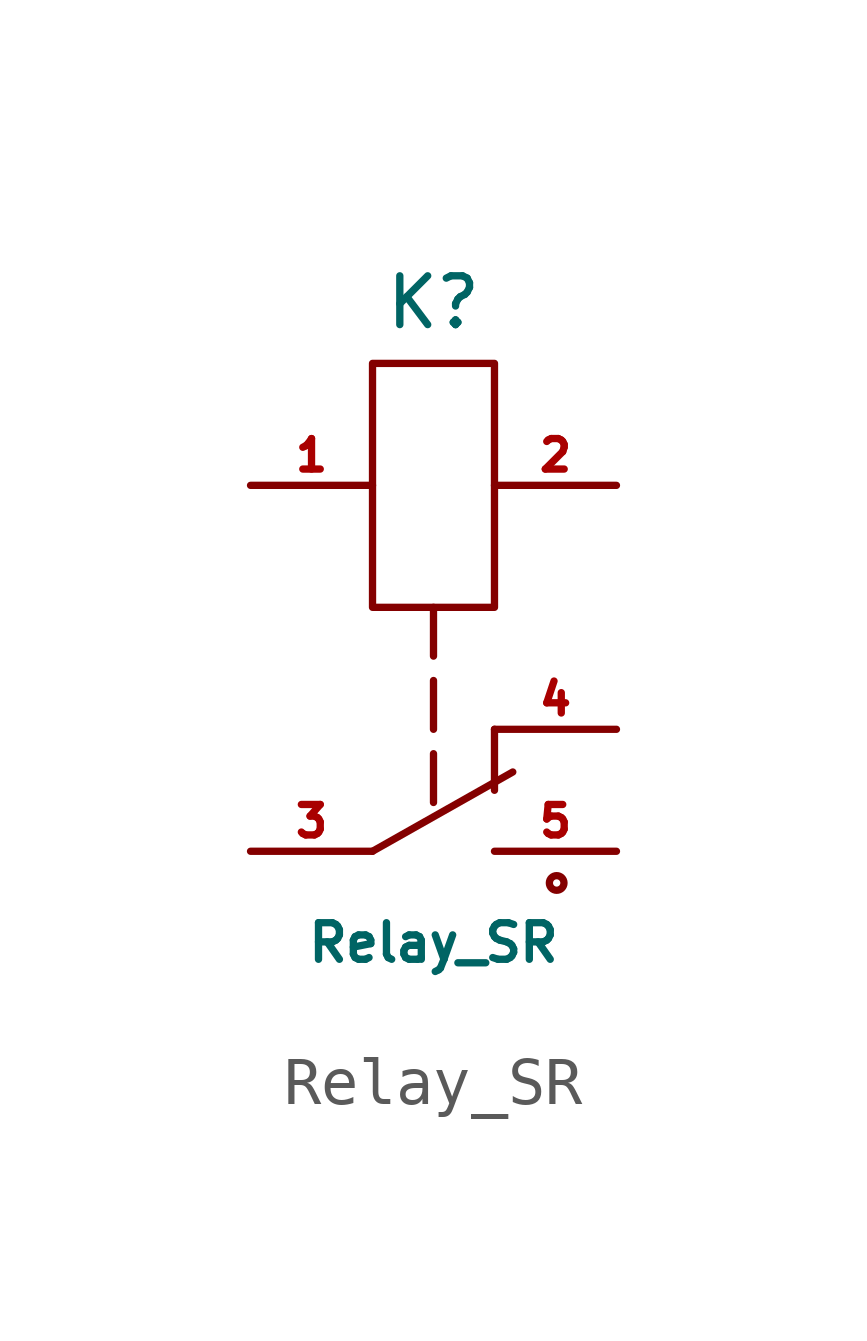
<source format=kicad_sym>
(kicad_symbol_lib
  (version 20220914)
  (generator kicad_symbol_editor)
  (symbol "Relay_SR"
    (pin_names
      (offset 1.016) hide)
    (property "Reference" "K"
      (at 0 11.43 0)
      (effects (font (size 1.016 1.016))))
    (property "Value" "Relay_SR"
      (at 0 -1.905 0)
      (effects (font (size 0.762 0.762))))
    (property "Footprint" ""
      (at 0 0 0)
      (effects (font (size 1.524 1.524))))
    (property "Datasheet" ""
      (at 0 0 0)
      (effects (font (size 1.524 1.524))))
    (symbol "Relay_SR_0_1"
      (rectangle (start -1.27 10.16) (end 1.27 5.08) (stroke (width 0) (type solid)) (fill (type none)))
      (polyline (pts (xy -1.27 0) (xy 1.651 1.651)) (stroke (width 0) (type solid)) (fill (type none)))
      (polyline (pts (xy 0 3.556) (xy 0 2.54)) (stroke (width 0) (type solid)) (fill (type none)))
      (polyline (pts (xy 0 5.08) (xy 0 4.064)) (stroke (width 0) (type solid)) (fill (type none)))
      (polyline (pts (xy 1.27 1.27) (xy 1.27 2.54)) (stroke (width 0) (type solid)) (fill (type none)))
      (polyline (pts (xy 0 2.032) (xy 0 1.27) (xy 0 1.016)) (stroke (width 0) (type solid)) (fill (type none)))
      (circle (center 2.565 -0.66) (radius 0.076) (stroke (width 0) (type solid)) (fill (type none))))
    (symbol "Relay_SR_1_1"
      (pin passive line (at -3.81 7.62 0) (length 2.54) (name "~" (effects (font (size 0.635 0.635)))) (number "1" (effects (font (size 0.635 0.635)))))
      (pin passive line (at 3.81 7.62 180) (length 2.54) (name "~" (effects (font (size 0.635 0.635)))) (number "2" (effects (font (size 0.635 0.635)))))
      (pin passive line (at -3.81 0 0) (length 2.54) (name "~" (effects (font (size 0.635 0.635)))) (number "3" (effects (font (size 0.635 0.635)))))
      (pin passive line (at 3.81 2.54 180) (length 2.54) (name "~" (effects (font (size 0.635 0.635)))) (number "4" (effects (font (size 0.635 0.635)))))
      (pin passive line (at 3.81 0 180) (length 2.54) (name "~" (effects (font (size 0.635 0.635)))) (number "5" (effects (font (size 0.635 0.635))))))))
</source>
